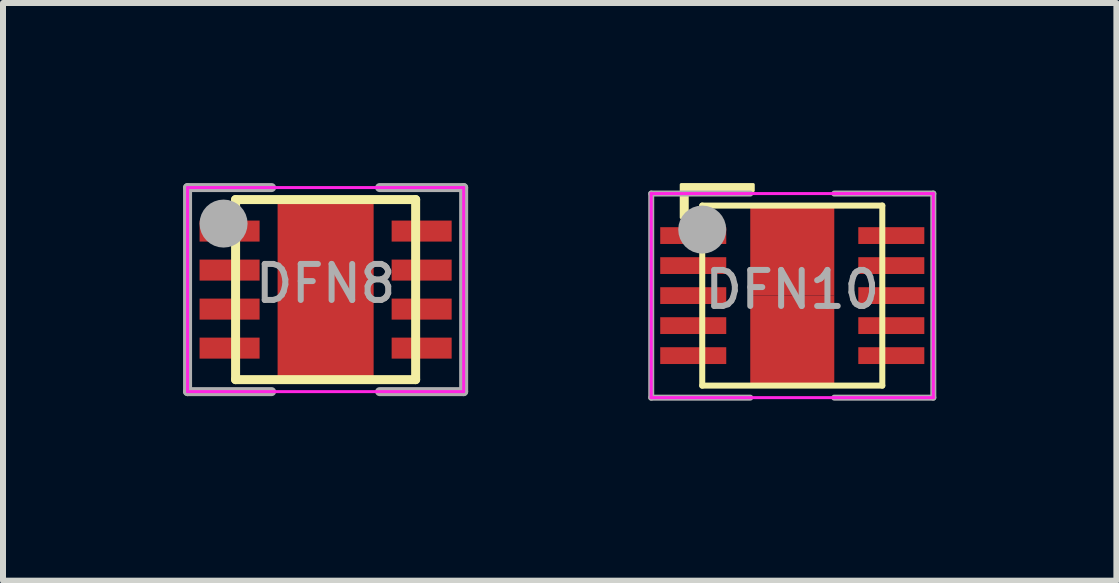
<source format=kicad_pcb>
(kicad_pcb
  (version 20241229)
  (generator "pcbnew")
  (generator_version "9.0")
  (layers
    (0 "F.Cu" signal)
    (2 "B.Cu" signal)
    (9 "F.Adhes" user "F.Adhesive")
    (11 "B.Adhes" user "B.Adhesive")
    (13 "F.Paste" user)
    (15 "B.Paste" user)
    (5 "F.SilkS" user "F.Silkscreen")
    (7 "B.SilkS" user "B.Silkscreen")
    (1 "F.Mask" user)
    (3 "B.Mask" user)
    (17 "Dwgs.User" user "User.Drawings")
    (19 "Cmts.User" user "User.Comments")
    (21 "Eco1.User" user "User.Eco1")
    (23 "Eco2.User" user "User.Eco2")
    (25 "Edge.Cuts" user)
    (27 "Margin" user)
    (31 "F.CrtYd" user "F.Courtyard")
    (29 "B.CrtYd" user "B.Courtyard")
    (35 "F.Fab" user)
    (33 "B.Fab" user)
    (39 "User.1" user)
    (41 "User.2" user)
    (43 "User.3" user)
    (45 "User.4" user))
  (footprint "DFN8"
    (layer "F.Cu")
    (at 2.375 1.775)
    (property "Reference" "DFN8" (at 0 -0.1 0) (layer "F.Fab") (effects (font (size 0.6 0.6) (thickness 0.1))))
    (attr smd)
    (fp_line (start -1.5 -1.5) (end 1.5 -1.5) (stroke (width 0.15) (type solid)) (layer "F.SilkS"))
    (fp_line (start -1.5 1.5) (end -1.5 -1.5) (stroke (width 0.15) (type solid)) (layer "F.SilkS"))
    (fp_line (start 1.5 -1.5) (end 1.5 1.5) (stroke (width 0.15) (type solid)) (layer "F.SilkS"))
    (fp_line (start 1.5 1.5) (end -1.5 1.5) (stroke (width 0.15) (type solid)) (layer "F.SilkS"))
    (fp_line (start -2.3 -1.7) (end 2.3 -1.7) (stroke (width 0.05) (type solid)) (layer "F.CrtYd"))
    (fp_line (start -2.3 1.7) (end -2.3 -1.7) (stroke (width 0.05) (type solid)) (layer "F.CrtYd"))
    (fp_line (start 2.3 -1.7) (end 2.3 1.7) (stroke (width 0.05) (type solid)) (layer "F.CrtYd"))
    (fp_line (start 2.3 1.7) (end -2.3 1.7) (stroke (width 0.05) (type solid)) (layer "F.CrtYd"))
    (fp_line (start -2.3 -1.7) (end -2.3 1.7) (stroke (width 0.15) (type solid)) (layer "F.Fab"))
    (fp_line (start -2.3 1.7) (end -0.9 1.7) (stroke (width 0.15) (type solid)) (layer "F.Fab"))
    (fp_line (start -0.9 -1.7) (end -2.3 -1.7) (stroke (width 0.15) (type solid)) (layer "F.Fab"))
    (fp_line (start 0.9 -1.7) (end 2.3 -1.7) (stroke (width 0.15) (type solid)) (layer "F.Fab"))
    (fp_line (start 2.3 -1.7) (end 2.3 1.7) (stroke (width 0.15) (type solid)) (layer "F.Fab"))
    (fp_line (start 2.3 1.7) (end 0.9 1.7) (stroke (width 0.15) (type solid)) (layer "F.Fab"))
    (fp_circle (center -1.7 -1.1) (end -1.5 -1.1) (stroke (width 0.4) (type solid)) (fill no) (layer "F.Fab"))
    (pad "0" smd rect (at 0 0) (size 1.6 3) (layers "F.Cu" "F.Mask" "F.Paste"))
    (pad "1" smd rect (at -1.6 -0.975) (size 1 0.35) (layers "F.Cu" "F.Mask" "F.Paste"))
    (pad "2" smd rect (at -1.6 -0.325) (size 1 0.35) (layers "F.Cu" "F.Mask" "F.Paste"))
    (pad "3" smd rect (at -1.6 0.325) (size 1 0.35) (layers "F.Cu" "F.Mask" "F.Paste"))
    (pad "4" smd rect (at -1.6 0.975) (size 1 0.35) (layers "F.Cu" "F.Mask" "F.Paste"))
    (pad "5" smd rect (at 1.6 0.975) (size 1 0.35) (layers "F.Cu" "F.Mask" "F.Paste"))
    (pad "6" smd rect (at 1.6 0.325) (size 1 0.35) (layers "F.Cu" "F.Mask" "F.Paste"))
    (pad "7" smd rect (at 1.6 -0.325) (size 1 0.35) (layers "F.Cu" "F.Mask" "F.Paste"))
    (pad "8" smd rect (at 1.6 -0.975) (size 1 0.35) (layers "F.Cu" "F.Mask" "F.Paste")))
  (footprint "DFN10"
    (layer "F.Cu")
    (at 10.15 1.875)
    (property "Reference" "DFN10" (at 0 -0.1 0) (layer "F.Fab") (effects (font (size 0.6 0.6) (thickness 0.1))))
    (attr smd)
    (fp_line (start -1.5 -1.5) (end 1.5 -1.5) (stroke (width 0.1) (type solid)) (layer "F.SilkS"))
    (fp_line (start -1.5 1.5) (end -1.5 -1.5) (stroke (width 0.1) (type solid)) (layer "F.SilkS"))
    (fp_line (start 1.5 -1.5) (end 1.5 1.5) (stroke (width 0.1) (type solid)) (layer "F.SilkS"))
    (fp_line (start 1.5 1.5) (end -1.5 1.5) (stroke (width 0.1) (type solid)) (layer "F.SilkS"))
    (fp_poly (pts (xy -0.65 -1.75) (xy -1.75 -1.75) (xy -1.75 -1.3) (xy -1.85 -1.3) (xy -1.85 -1.85) (xy -0.65 -1.85)) (stroke (width 0.05) (type solid)) (fill yes) (layer "F.SilkS"))
    (fp_line (start -2.35 -1.7) (end 2.35 -1.7) (stroke (width 0.05) (type solid)) (layer "F.CrtYd"))
    (fp_line (start -2.35 1.7) (end -2.35 -1.7) (stroke (width 0.05) (type solid)) (layer "F.CrtYd"))
    (fp_line (start 2.35 -1.7) (end 2.35 1.7) (stroke (width 0.05) (type solid)) (layer "F.CrtYd"))
    (fp_line (start 2.35 1.7) (end -2.35 1.7) (stroke (width 0.05) (type solid)) (layer "F.CrtYd"))
    (fp_line (start -2.35 -1.7) (end -2.35 1.7) (stroke (width 0.1) (type solid)) (layer "F.Fab"))
    (fp_line (start -2.35 1.7) (end -0.7 1.7) (stroke (width 0.1) (type solid)) (layer "F.Fab"))
    (fp_line (start -0.7 -1.7) (end -2.35 -1.7) (stroke (width 0.1) (type solid)) (layer "F.Fab"))
    (fp_line (start 0.7 -1.7) (end 2.35 -1.7) (stroke (width 0.1) (type solid)) (layer "F.Fab"))
    (fp_line (start 2.35 -1.7) (end 2.35 1.7) (stroke (width 0.1) (type solid)) (layer "F.Fab"))
    (fp_line (start 2.35 1.7) (end 0.7 1.7) (stroke (width 0.1) (type solid)) (layer "F.Fab"))
    (fp_circle (center -1.5 -1.1) (end -1.3 -1.1) (stroke (width 0.4) (type solid)) (fill no) (layer "F.Fab"))
    (pad "0" smd rect (at 0 -0.75 180) (size 1.4 1.5) (layers "F.Cu" "F.Mask" "F.Paste"))
    (pad "0" smd rect (at 0 0.75) (size 1.4 1.5) (layers "F.Cu" "F.Mask" "F.Paste"))
    (pad "1" smd rect (at -1.65 -1) (size 1.1 0.28) (layers "F.Cu" "F.Mask" "F.Paste"))
    (pad "2" smd rect (at -1.65 -0.5) (size 1.1 0.28) (layers "F.Cu" "F.Mask" "F.Paste"))
    (pad "3" smd rect (at -1.65 0) (size 1.1 0.28) (layers "F.Cu" "F.Mask" "F.Paste"))
    (pad "4" smd rect (at -1.65 0.5) (size 1.1 0.28) (layers "F.Cu" "F.Mask" "F.Paste"))
    (pad "5" smd rect (at -1.65 1) (size 1.1 0.28) (layers "F.Cu" "F.Mask" "F.Paste"))
    (pad "6" smd rect (at 1.65 1) (size 1.1 0.28) (layers "F.Cu" "F.Mask" "F.Paste"))
    (pad "7" smd rect (at 1.65 0.5) (size 1.1 0.28) (layers "F.Cu" "F.Mask" "F.Paste"))
    (pad "8" smd rect (at 1.65 0) (size 1.1 0.28) (layers "F.Cu" "F.Mask" "F.Paste"))
    (pad "9" smd rect (at 1.65 -0.5) (size 1.1 0.28) (layers "F.Cu" "F.Mask" "F.Paste"))
    (pad "10" smd rect (at 1.65 -1) (size 1.1 0.28) (layers "F.Cu" "F.Mask" "F.Paste")))
  (gr_rect
    (start -3 -3)
    (end 15.55 6.625)
    (stroke (width 0.1) (type default))
    (fill no)
    (layer "Edge.Cuts")))
</source>
